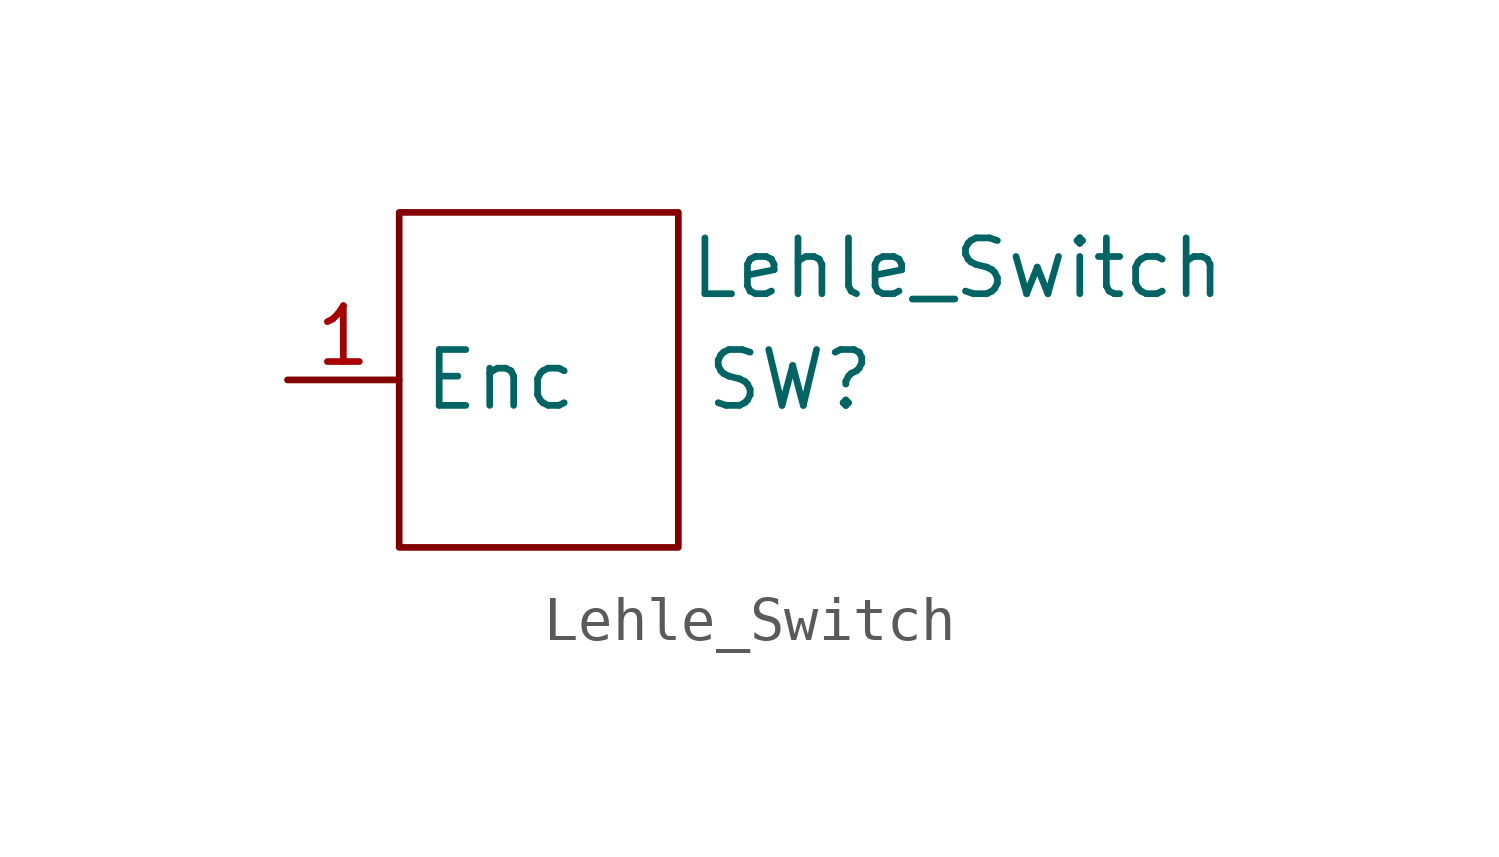
<source format=kicad_sym>
(kicad_symbol_lib
  (version 20211014)
  (generator kicad_symbol_editor)
  (symbol "Lehle_Switch"
    (property "Reference" "SW"
      (at 11.43 0 0)
      (effects (font (size 1.27 1.27))))
    (property "Value" "Lehle_Switch"
      (at 15.24 2.54 0)
      (effects (font (size 1.27 1.27))))
    (symbol "Lehle_Switch_0_1"
      (rectangle (start 2.54 3.81) (end 8.89 -3.81) (stroke (width 0.152) (type default) (color 0 0 0 0)) (fill (type none))))
    (symbol "Lehle_Switch_1_1"
      (pin input line (at 0 0 0) (length 2.54) (name "Enc" (effects (font (size 1.27 1.27)))) (number "1" (effects (font (size 1.27 1.27))))))))
</source>
